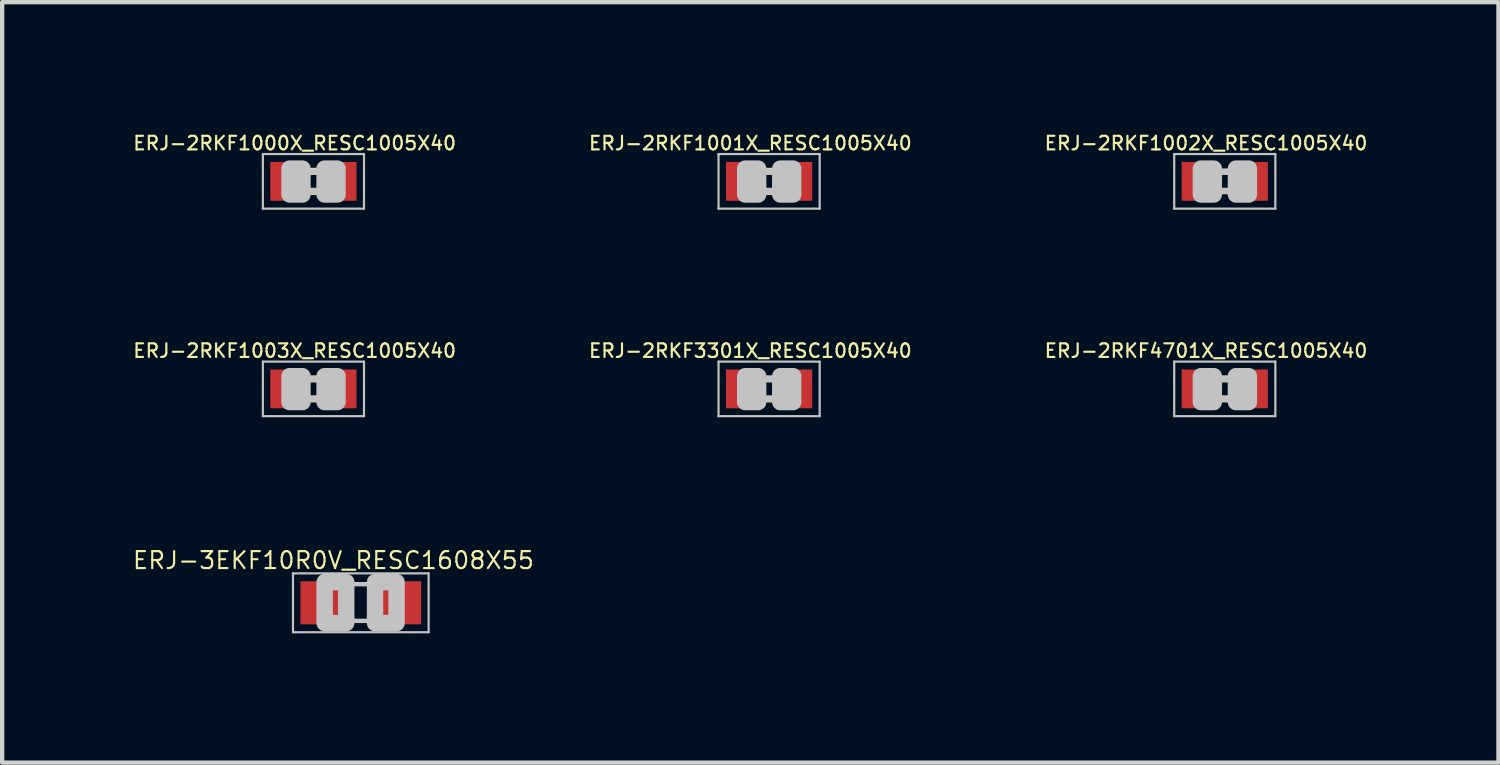
<source format=kicad_pcb>
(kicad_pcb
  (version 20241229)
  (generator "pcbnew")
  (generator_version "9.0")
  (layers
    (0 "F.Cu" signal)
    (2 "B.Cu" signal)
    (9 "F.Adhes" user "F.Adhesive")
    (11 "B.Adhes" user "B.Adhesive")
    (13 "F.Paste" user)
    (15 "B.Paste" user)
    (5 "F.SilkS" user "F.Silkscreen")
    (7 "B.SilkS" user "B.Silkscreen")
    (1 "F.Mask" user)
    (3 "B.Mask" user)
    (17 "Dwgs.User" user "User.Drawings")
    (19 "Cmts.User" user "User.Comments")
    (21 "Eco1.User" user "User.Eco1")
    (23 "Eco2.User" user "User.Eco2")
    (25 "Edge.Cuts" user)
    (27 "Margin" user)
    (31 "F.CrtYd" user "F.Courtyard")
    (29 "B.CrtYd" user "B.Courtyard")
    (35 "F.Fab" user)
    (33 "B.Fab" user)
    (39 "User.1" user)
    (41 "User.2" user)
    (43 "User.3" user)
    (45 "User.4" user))
  (footprint "ERJ-3EKF10R0V_RESC1608X55"
    (layer "F.Cu")
    (at 5.32 10.934)
    (property "Reference" "ERJ-3EKF10R0V_RESC1608X55" (at -0.635 -0.985 0) (layer "F.SilkS") (effects (font (size 0.394 0.394) (thickness 0.05))))
    (attr smd)
    (fp_line (start -1.573 -0.683) (end 1.573 -0.683) (stroke (width 0.051) (type solid)) (layer "Dwgs.User"))
    (fp_line (start -1.573 0.683) (end -1.573 -0.683) (stroke (width 0.051) (type solid)) (layer "Dwgs.User"))
    (fp_line (start -0.356 -0.432) (end 0.356 -0.432) (stroke (width 0.102) (type solid)) (layer "Dwgs.User"))
    (fp_line (start -0.356 0.419) (end 0.356 0.419) (stroke (width 0.102) (type solid)) (layer "Dwgs.User"))
    (fp_line (start 1.573 -0.683) (end 1.573 0.683) (stroke (width 0.051) (type solid)) (layer "Dwgs.User"))
    (fp_line (start 1.573 0.683) (end -1.573 0.683) (stroke (width 0.051) (type solid)) (layer "Dwgs.User"))
    (fp_poly (pts (xy -0.838 -0.48) (xy -0.338 -0.48) (xy -0.338 0.47) (xy -0.838 0.47)) (stroke (width 0.381) (type solid)) (fill no) (layer "Dwgs.User"))
    (fp_poly (pts (xy 0.33 -0.48) (xy 0.83 -0.48) (xy 0.83 0.47) (xy 0.33 0.47)) (stroke (width 0.381) (type solid)) (fill no) (layer "Dwgs.User"))
    (pad "1" smd rect (at -0.85 0) (size 1.1 1) (layers "F.Cu" "F.Mask" "F.Paste"))
    (pad "2" smd rect (at 0.85 0) (size 1.1 1) (layers "F.Cu" "F.Mask" "F.Paste")))
  (footprint "ERJ-2RKF1003X_RESC1005X40"
    (layer "F.Cu")
    (at 4.221 5.972)
    (property "Reference" "ERJ-2RKF1003X_RESC1005X40" (at -0.435 -0.885 0) (layer "F.SilkS") (effects (font (size 0.315 0.315) (thickness 0.05))))
    (attr smd)
    (fp_line (start -0.15 -0.25) (end 0.15 -0.25) (stroke (width 0.127) (type solid)) (layer "F.SilkS"))
    (fp_line (start -0.15 0.25) (end 0.15 0.25) (stroke (width 0.127) (type solid)) (layer "F.SilkS"))
    (fp_line (start -1.173 -0.633) (end 1.173 -0.633) (stroke (width 0.051) (type solid)) (layer "Dwgs.User"))
    (fp_line (start -1.173 0.633) (end -1.173 -0.633) (stroke (width 0.051) (type solid)) (layer "Dwgs.User"))
    (fp_line (start -0.245 -0.224) (end 0.245 -0.224) (stroke (width 0.152) (type solid)) (layer "Dwgs.User"))
    (fp_line (start 0.245 0.224) (end -0.245 0.224) (stroke (width 0.152) (type solid)) (layer "Dwgs.User"))
    (fp_line (start 1.173 -0.633) (end 1.173 0.633) (stroke (width 0.051) (type solid)) (layer "Dwgs.User"))
    (fp_line (start 1.173 0.633) (end -1.173 0.633) (stroke (width 0.051) (type solid)) (layer "Dwgs.User"))
    (fp_poly (pts (xy -0.554 -0.295) (xy -0.254 -0.295) (xy -0.254 0.305) (xy -0.554 0.305)) (stroke (width 0.381) (type solid)) (fill no) (layer "Dwgs.User"))
    (fp_poly (pts (xy 0.259 -0.295) (xy 0.559 -0.295) (xy 0.559 0.305) (xy 0.259 0.305)) (stroke (width 0.381) (type solid)) (fill no) (layer "Dwgs.User"))
    (pad "1" smd rect (at -0.65 0) (size 0.7 0.9) (layers "F.Cu" "F.Mask" "F.Paste"))
    (pad "2" smd rect (at 0.65 0) (size 0.7 0.9) (layers "F.Cu" "F.Mask" "F.Paste")))
  (footprint "ERJ-2RKF1000X_RESC1005X40"
    (layer "F.Cu")
    (at 4.221 1.157)
    (property "Reference" "ERJ-2RKF1000X_RESC1005X40" (at -0.435 -0.885 0) (layer "F.SilkS") (effects (font (size 0.315 0.315) (thickness 0.05))))
    (attr smd)
    (fp_line (start -0.15 -0.25) (end 0.15 -0.25) (stroke (width 0.127) (type solid)) (layer "F.SilkS"))
    (fp_line (start -0.15 0.25) (end 0.15 0.25) (stroke (width 0.127) (type solid)) (layer "F.SilkS"))
    (fp_line (start -1.173 -0.633) (end 1.173 -0.633) (stroke (width 0.051) (type solid)) (layer "Dwgs.User"))
    (fp_line (start -1.173 0.633) (end -1.173 -0.633) (stroke (width 0.051) (type solid)) (layer "Dwgs.User"))
    (fp_line (start -0.245 -0.224) (end 0.245 -0.224) (stroke (width 0.152) (type solid)) (layer "Dwgs.User"))
    (fp_line (start 0.245 0.224) (end -0.245 0.224) (stroke (width 0.152) (type solid)) (layer "Dwgs.User"))
    (fp_line (start 1.173 -0.633) (end 1.173 0.633) (stroke (width 0.051) (type solid)) (layer "Dwgs.User"))
    (fp_line (start 1.173 0.633) (end -1.173 0.633) (stroke (width 0.051) (type solid)) (layer "Dwgs.User"))
    (fp_poly (pts (xy -0.554 -0.295) (xy -0.254 -0.295) (xy -0.254 0.305) (xy -0.554 0.305)) (stroke (width 0.381) (type solid)) (fill no) (layer "Dwgs.User"))
    (fp_poly (pts (xy 0.259 -0.295) (xy 0.559 -0.295) (xy 0.559 0.305) (xy 0.259 0.305)) (stroke (width 0.381) (type solid)) (fill no) (layer "Dwgs.User"))
    (pad "1" smd rect (at -0.65 0) (size 0.7 0.9) (layers "F.Cu" "F.Mask" "F.Paste"))
    (pad "2" smd rect (at 0.65 0) (size 0.7 0.9) (layers "F.Cu" "F.Mask" "F.Paste")))
  (footprint "ERJ-2RKF4701X_RESC1005X40"
    (layer "F.Cu")
    (at 25.363 5.972)
    (property "Reference" "ERJ-2RKF4701X_RESC1005X40" (at -0.435 -0.885 0) (layer "F.SilkS") (effects (font (size 0.315 0.315) (thickness 0.05))))
    (attr smd)
    (fp_line (start -0.15 -0.25) (end 0.15 -0.25) (stroke (width 0.127) (type solid)) (layer "F.SilkS"))
    (fp_line (start -0.15 0.25) (end 0.15 0.25) (stroke (width 0.127) (type solid)) (layer "F.SilkS"))
    (fp_line (start -1.173 -0.633) (end 1.173 -0.633) (stroke (width 0.051) (type solid)) (layer "Dwgs.User"))
    (fp_line (start -1.173 0.633) (end -1.173 -0.633) (stroke (width 0.051) (type solid)) (layer "Dwgs.User"))
    (fp_line (start -0.245 -0.224) (end 0.245 -0.224) (stroke (width 0.152) (type solid)) (layer "Dwgs.User"))
    (fp_line (start 0.245 0.224) (end -0.245 0.224) (stroke (width 0.152) (type solid)) (layer "Dwgs.User"))
    (fp_line (start 1.173 -0.633) (end 1.173 0.633) (stroke (width 0.051) (type solid)) (layer "Dwgs.User"))
    (fp_line (start 1.173 0.633) (end -1.173 0.633) (stroke (width 0.051) (type solid)) (layer "Dwgs.User"))
    (fp_poly (pts (xy -0.554 -0.295) (xy -0.254 -0.295) (xy -0.254 0.305) (xy -0.554 0.305)) (stroke (width 0.381) (type solid)) (fill no) (layer "Dwgs.User"))
    (fp_poly (pts (xy 0.259 -0.295) (xy 0.559 -0.295) (xy 0.559 0.305) (xy 0.259 0.305)) (stroke (width 0.381) (type solid)) (fill no) (layer "Dwgs.User"))
    (pad "1" smd rect (at -0.65 0) (size 0.7 0.9) (layers "F.Cu" "F.Mask" "F.Paste"))
    (pad "2" smd rect (at 0.65 0) (size 0.7 0.9) (layers "F.Cu" "F.Mask" "F.Paste")))
  (footprint "ERJ-2RKF3301X_RESC1005X40"
    (layer "F.Cu")
    (at 14.792 5.972)
    (property "Reference" "ERJ-2RKF3301X_RESC1005X40" (at -0.435 -0.885 0) (layer "F.SilkS") (effects (font (size 0.315 0.315) (thickness 0.05))))
    (attr smd)
    (fp_line (start -0.15 -0.25) (end 0.15 -0.25) (stroke (width 0.127) (type solid)) (layer "F.SilkS"))
    (fp_line (start -0.15 0.25) (end 0.15 0.25) (stroke (width 0.127) (type solid)) (layer "F.SilkS"))
    (fp_line (start -1.173 -0.633) (end 1.173 -0.633) (stroke (width 0.051) (type solid)) (layer "Dwgs.User"))
    (fp_line (start -1.173 0.633) (end -1.173 -0.633) (stroke (width 0.051) (type solid)) (layer "Dwgs.User"))
    (fp_line (start -0.245 -0.224) (end 0.245 -0.224) (stroke (width 0.152) (type solid)) (layer "Dwgs.User"))
    (fp_line (start 0.245 0.224) (end -0.245 0.224) (stroke (width 0.152) (type solid)) (layer "Dwgs.User"))
    (fp_line (start 1.173 -0.633) (end 1.173 0.633) (stroke (width 0.051) (type solid)) (layer "Dwgs.User"))
    (fp_line (start 1.173 0.633) (end -1.173 0.633) (stroke (width 0.051) (type solid)) (layer "Dwgs.User"))
    (fp_poly (pts (xy -0.554 -0.295) (xy -0.254 -0.295) (xy -0.254 0.305) (xy -0.554 0.305)) (stroke (width 0.381) (type solid)) (fill no) (layer "Dwgs.User"))
    (fp_poly (pts (xy 0.259 -0.295) (xy 0.559 -0.295) (xy 0.559 0.305) (xy 0.259 0.305)) (stroke (width 0.381) (type solid)) (fill no) (layer "Dwgs.User"))
    (pad "1" smd rect (at -0.65 0) (size 0.7 0.9) (layers "F.Cu" "F.Mask" "F.Paste"))
    (pad "2" smd rect (at 0.65 0) (size 0.7 0.9) (layers "F.Cu" "F.Mask" "F.Paste")))
  (footprint "ERJ-2RKF1002X_RESC1005X40"
    (layer "F.Cu")
    (at 25.363 1.157)
    (property "Reference" "ERJ-2RKF1002X_RESC1005X40" (at -0.435 -0.885 0) (layer "F.SilkS") (effects (font (size 0.315 0.315) (thickness 0.05))))
    (attr smd)
    (fp_line (start -1.173 -0.633) (end 1.173 -0.633) (stroke (width 0.051) (type solid)) (layer "Dwgs.User"))
    (fp_line (start -1.173 0.633) (end -1.173 -0.633) (stroke (width 0.051) (type solid)) (layer "Dwgs.User"))
    (fp_line (start -0.245 -0.224) (end 0.245 -0.224) (stroke (width 0.152) (type solid)) (layer "Dwgs.User"))
    (fp_line (start 0.245 0.224) (end -0.245 0.224) (stroke (width 0.152) (type solid)) (layer "Dwgs.User"))
    (fp_line (start 1.173 -0.633) (end 1.173 0.633) (stroke (width 0.051) (type solid)) (layer "Dwgs.User"))
    (fp_line (start 1.173 0.633) (end -1.173 0.633) (stroke (width 0.051) (type solid)) (layer "Dwgs.User"))
    (fp_poly (pts (xy -0.554 -0.295) (xy -0.254 -0.295) (xy -0.254 0.305) (xy -0.554 0.305)) (stroke (width 0.381) (type solid)) (fill no) (layer "Dwgs.User"))
    (fp_poly (pts (xy 0.259 -0.295) (xy 0.559 -0.295) (xy 0.559 0.305) (xy 0.259 0.305)) (stroke (width 0.381) (type solid)) (fill no) (layer "Dwgs.User"))
    (pad "1" smd rect (at -0.65 0) (size 0.7 0.9) (layers "F.Cu" "F.Mask" "F.Paste"))
    (pad "2" smd rect (at 0.65 0) (size 0.7 0.9) (layers "F.Cu" "F.Mask" "F.Paste")))
  (footprint "ERJ-2RKF1001X_RESC1005X40"
    (layer "F.Cu")
    (at 14.792 1.157)
    (property "Reference" "ERJ-2RKF1001X_RESC1005X40" (at -0.435 -0.885 0) (layer "F.SilkS") (effects (font (size 0.315 0.315) (thickness 0.05))))
    (attr smd)
    (fp_line (start -0.15 -0.25) (end 0.15 -0.25) (stroke (width 0.127) (type solid)) (layer "F.SilkS"))
    (fp_line (start -0.15 0.25) (end 0.15 0.25) (stroke (width 0.127) (type solid)) (layer "F.SilkS"))
    (fp_line (start -1.173 -0.633) (end 1.173 -0.633) (stroke (width 0.051) (type solid)) (layer "Dwgs.User"))
    (fp_line (start -1.173 0.633) (end -1.173 -0.633) (stroke (width 0.051) (type solid)) (layer "Dwgs.User"))
    (fp_line (start -0.245 -0.224) (end 0.245 -0.224) (stroke (width 0.152) (type solid)) (layer "Dwgs.User"))
    (fp_line (start 0.245 0.224) (end -0.245 0.224) (stroke (width 0.152) (type solid)) (layer "Dwgs.User"))
    (fp_line (start 1.173 -0.633) (end 1.173 0.633) (stroke (width 0.051) (type solid)) (layer "Dwgs.User"))
    (fp_line (start 1.173 0.633) (end -1.173 0.633) (stroke (width 0.051) (type solid)) (layer "Dwgs.User"))
    (fp_poly (pts (xy -0.554 -0.295) (xy -0.254 -0.295) (xy -0.254 0.305) (xy -0.554 0.305)) (stroke (width 0.381) (type solid)) (fill no) (layer "Dwgs.User"))
    (fp_poly (pts (xy 0.259 -0.295) (xy 0.559 -0.295) (xy 0.559 0.305) (xy 0.259 0.305)) (stroke (width 0.381) (type solid)) (fill no) (layer "Dwgs.User"))
    (pad "1" smd rect (at -0.65 0) (size 0.7 0.9) (layers "F.Cu" "F.Mask" "F.Paste"))
    (pad "2" smd rect (at 0.65 0) (size 0.7 0.9) (layers "F.Cu" "F.Mask" "F.Paste")))
  (gr_rect
    (start -3 -3)
    (end 31.713 14.642)
    (stroke (width 0.1) (type default))
    (fill no)
    (layer "Edge.Cuts")))
</source>
